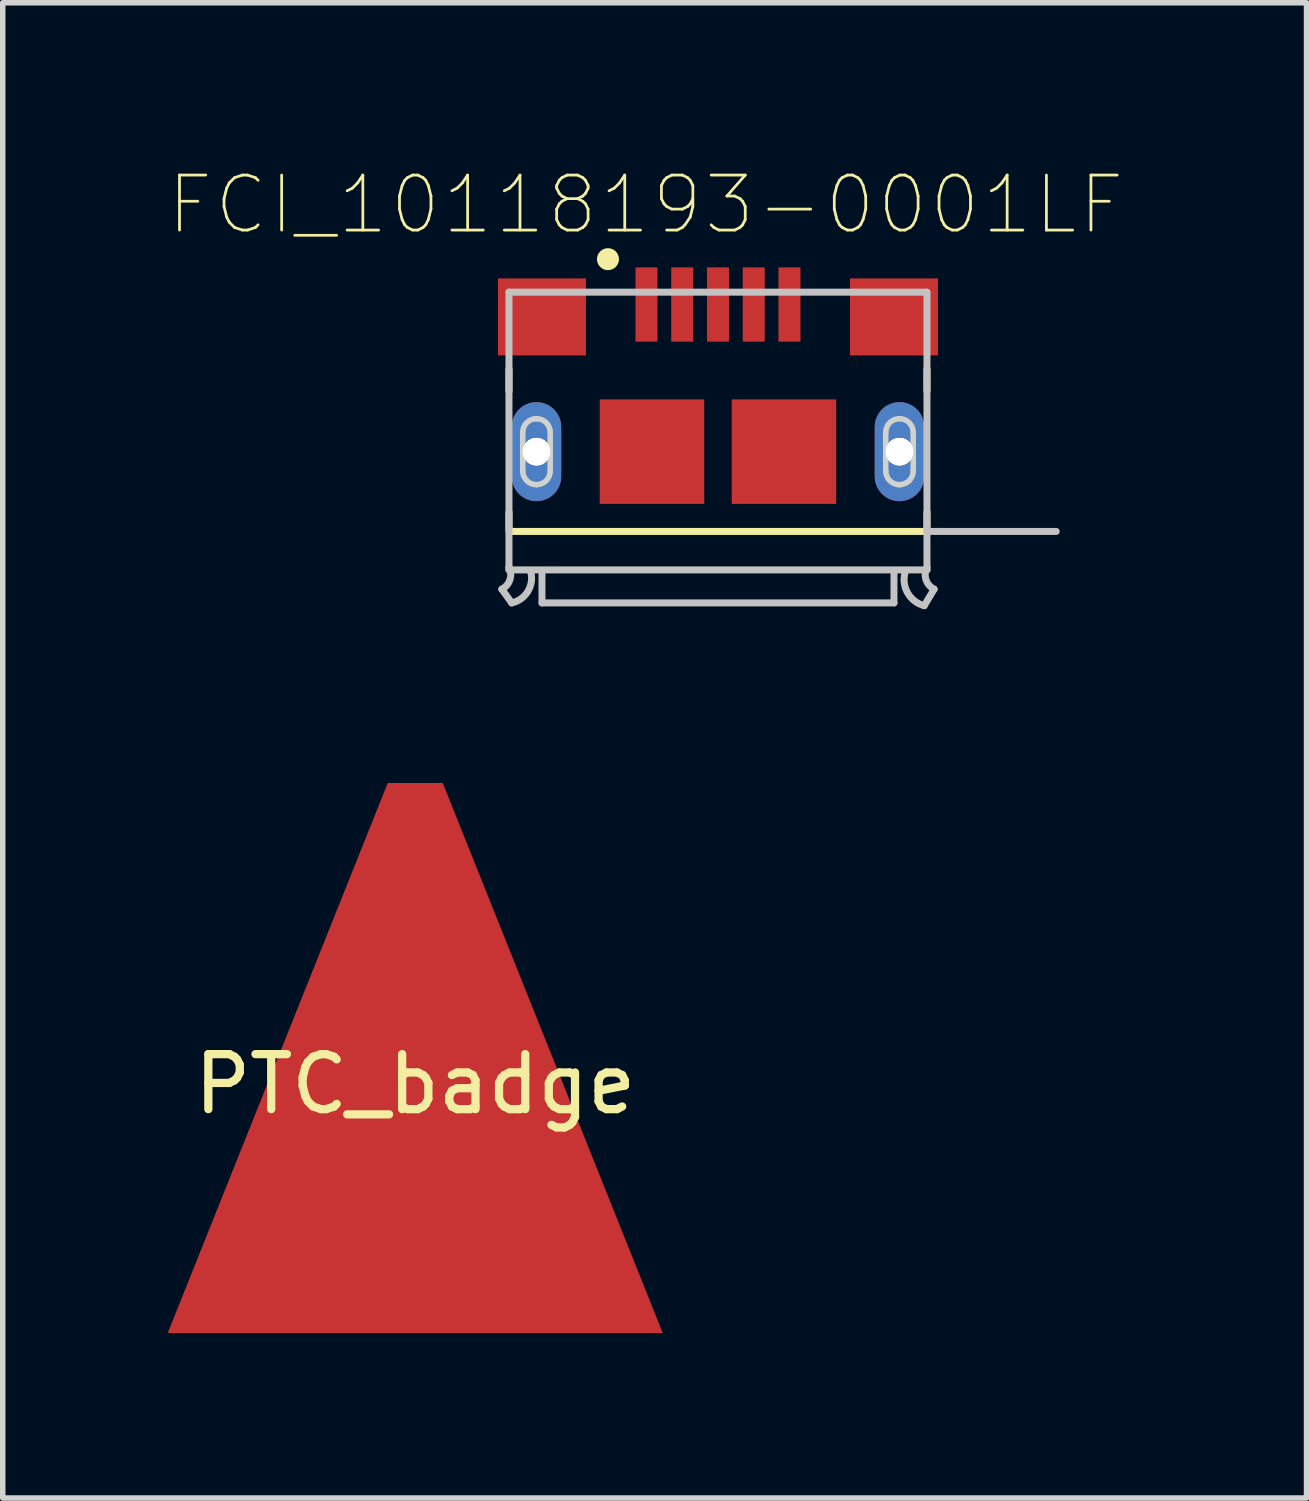
<source format=kicad_pcb>
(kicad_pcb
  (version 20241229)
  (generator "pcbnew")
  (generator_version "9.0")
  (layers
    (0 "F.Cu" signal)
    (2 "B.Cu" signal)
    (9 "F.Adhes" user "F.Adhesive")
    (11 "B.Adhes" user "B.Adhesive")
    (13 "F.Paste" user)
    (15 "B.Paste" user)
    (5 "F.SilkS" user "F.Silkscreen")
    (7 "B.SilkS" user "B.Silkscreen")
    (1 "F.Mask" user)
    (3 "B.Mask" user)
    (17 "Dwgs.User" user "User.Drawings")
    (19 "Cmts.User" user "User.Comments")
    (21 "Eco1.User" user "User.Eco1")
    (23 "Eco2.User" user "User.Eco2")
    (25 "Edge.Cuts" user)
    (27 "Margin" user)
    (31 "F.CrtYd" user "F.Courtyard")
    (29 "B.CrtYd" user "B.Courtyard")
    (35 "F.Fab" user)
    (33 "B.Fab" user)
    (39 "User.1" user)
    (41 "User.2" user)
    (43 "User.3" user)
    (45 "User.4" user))
  (footprint "PTC_badge"
    (layer "F.Cu")
    (at 4.5 16.161)
    (property "Reference" "PTC_badge" (at 0 0.5 0) (layer "F.SilkS") (effects (font (size 1 1) (thickness 0.15))))
    (attr through_hole)
    (pad "1" smd trapezoid (at 0 0.025) (size 5 10) (rect_delta 0 4) (layers "F.Cu" "F.Mask" "F.Paste")))
  (footprint "FCI_10118193-0001LF"
    (layer "F.Cu")
    (at 10.004 5.162)
    (property "Reference" "FCI_10118193-0001LF" (at -1.314 -4.489 0) (layer "F.SilkS") (effects (font (size 1 1) (thickness 0.05))))
    (attr smd)
    (fp_line (start -3.8 -1.5) (end -3.8 -1.1) (stroke (width 0.127) (type solid)) (layer "F.SilkS"))
    (fp_line (start -3.8 1.1) (end -3.8 1.4) (stroke (width 0.127) (type solid)) (layer "F.SilkS"))
    (fp_line (start -3.8 1.45) (end 3.8 1.45) (stroke (width 0.127) (type solid)) (layer "F.SilkS"))
    (fp_line (start 3.8 -1.1) (end 3.8 -1.5) (stroke (width 0.127) (type solid)) (layer "F.SilkS"))
    (fp_line (start 3.8 1.1) (end 3.8 1.4) (stroke (width 0.127) (type solid)) (layer "F.SilkS"))
    (fp_circle (center -2 -3.5) (end -1.9 -3.5) (stroke (width 0.2) (type solid)) (fill no) (layer "F.SilkS"))
    (fp_line (start -3.93 2.5) (end -3.75 2.75) (stroke (width 0.127) (type solid)) (layer "Dwgs.User"))
    (fp_line (start -3.8 -2.9) (end 3.8 -2.9) (stroke (width 0.127) (type solid)) (layer "Dwgs.User"))
    (fp_line (start -3.8 2.1) (end -3.8 -2.9) (stroke (width 0.127) (type solid)) (layer "Dwgs.User"))
    (fp_line (start -3.8 2.15) (end -3.8 2.1) (stroke (width 0.127) (type solid)) (layer "Dwgs.User"))
    (fp_line (start -3.2 2.2) (end -3.2 2.75) (stroke (width 0.127) (type solid)) (layer "Dwgs.User"))
    (fp_line (start -3.2 2.75) (end 3.2 2.75) (stroke (width 0.127) (type solid)) (layer "Dwgs.User"))
    (fp_line (start 3.2 2.75) (end 3.2 2.2) (stroke (width 0.127) (type solid)) (layer "Dwgs.User"))
    (fp_line (start 3.8 -2.9) (end 3.8 1.45) (stroke (width 0.127) (type solid)) (layer "Dwgs.User"))
    (fp_line (start 3.8 1.45) (end 3.8 2.15) (stroke (width 0.127) (type solid)) (layer "Dwgs.User"))
    (fp_line (start 3.8 1.45) (end 6.15 1.45) (stroke (width 0.127) (type solid)) (layer "Dwgs.User"))
    (fp_line (start 3.8 2.15) (end -3.8 2.15) (stroke (width 0.127) (type solid)) (layer "Dwgs.User"))
    (fp_line (start 3.93 2.5) (end 3.75 2.8) (stroke (width 0.127) (type solid)) (layer "Dwgs.User"))
    (fp_arc (start -3.8 2.1) (mid -3.782157 2.326924) (end -3.93 2.5) (stroke (width 0.127) (type solid)) (layer "Dwgs.User"))
    (fp_arc (start -3.4 2.2) (mid -3.461091 2.547487) (end -3.75 2.75) (stroke (width 0.127) (type solid)) (layer "Dwgs.User"))
    (fp_arc (start 3.75 2.8) (mid 3.450736 2.572487) (end 3.4 2.2) (stroke (width 0.127) (type solid)) (layer "Dwgs.User"))
    (fp_arc (start 3.93 2.5) (mid 3.782157 2.326924) (end 3.8 2.1) (stroke (width 0.127) (type solid)) (layer "Dwgs.User"))
    (fp_line (start -4.2 -3.6) (end -4.2 3) (stroke (width 0.05) (type solid)) (layer "Eco1.User"))
    (fp_line (start -4.2 3) (end 4.2 3) (stroke (width 0.05) (type solid)) (layer "Eco1.User"))
    (fp_line (start 4.2 -3.6) (end -4.2 -3.6) (stroke (width 0.05) (type solid)) (layer "Eco1.User"))
    (fp_line (start 4.2 3) (end 4.2 -3.6) (stroke (width 0.05) (type solid)) (layer "Eco1.User"))
    (fp_line (start -3.55 0.35) (end -3.55 -0.35) (stroke (width 0.1) (type solid)) (layer "Edge.Cuts"))
    (fp_line (start -3.05 -0.35) (end -3.05 0.35) (stroke (width 0.1) (type solid)) (layer "Edge.Cuts"))
    (fp_line (start 3.05 0.35) (end 3.05 -0.35) (stroke (width 0.1) (type solid)) (layer "Edge.Cuts"))
    (fp_line (start 3.55 -0.35) (end 3.55 0.35) (stroke (width 0.1) (type solid)) (layer "Edge.Cuts"))
    (fp_arc (start -3.55 -0.35) (mid -3.476777 -0.526777) (end -3.3 -0.6) (stroke (width 0.1) (type solid)) (layer "Edge.Cuts"))
    (fp_arc (start -3.3 -0.6) (mid -3.123223 -0.526777) (end -3.05 -0.35) (stroke (width 0.1) (type solid)) (layer "Edge.Cuts"))
    (fp_arc (start -3.3 0.6) (mid -3.476777 0.526777) (end -3.55 0.35) (stroke (width 0.1) (type solid)) (layer "Edge.Cuts"))
    (fp_arc (start -3.05 0.35) (mid -3.123223 0.526777) (end -3.3 0.6) (stroke (width 0.1) (type solid)) (layer "Edge.Cuts"))
    (fp_arc (start 3.05 -0.35) (mid 3.123223 -0.526777) (end 3.3 -0.6) (stroke (width 0.1) (type solid)) (layer "Edge.Cuts"))
    (fp_arc (start 3.3 -0.6) (mid 3.476777 -0.526777) (end 3.55 -0.35) (stroke (width 0.1) (type solid)) (layer "Edge.Cuts"))
    (fp_arc (start 3.3 0.6) (mid 3.123223 0.526777) (end 3.05 0.35) (stroke (width 0.1) (type solid)) (layer "Edge.Cuts"))
    (fp_arc (start 3.55 0.35) (mid 3.476777 0.526777) (end 3.3 0.6) (stroke (width 0.1) (type solid)) (layer "Edge.Cuts"))
    (fp_text user "PCB~{END}" (at 4.75 1.3 0) (layer "Edge.Cuts") (effects (font (size 1 1) (thickness 0.05))))
    (pad "" np_thru_hole circle (at -3.3 0) (size 0.5 0.5) (drill 0.5) (layers "*.Cu" "*.Mask" "F.SilkS"))
    (pad "" np_thru_hole circle (at 3.3 0) (size 0.5 0.5) (drill 0.5) (layers "*.Cu" "*.Mask" "F.SilkS"))
    (pad "1" smd rect (at -1.3 -2.675) (size 0.4 1.35) (layers "F.Cu" "F.Mask" "F.Paste"))
    (pad "2" smd rect (at -0.65 -2.675) (size 0.4 1.35) (layers "F.Cu" "F.Mask" "F.Paste"))
    (pad "3" smd rect (at 0 -2.675) (size 0.4 1.35) (layers "F.Cu" "F.Mask" "F.Paste"))
    (pad "4" smd rect (at 0.65 -2.675) (size 0.4 1.35) (layers "F.Cu" "F.Mask" "F.Paste"))
    (pad "5" smd rect (at 1.3 -2.675) (size 0.4 1.35) (layers "F.Cu" "F.Mask" "F.Paste"))
    (pad "S1" smd rect (at -3.2 -2.45) (size 1.6 1.4) (layers "F.Cu" "F.Mask" "F.Paste"))
    (pad "S2" smd rect (at 3.2 -2.45) (size 1.6 1.4) (layers "F.Cu" "F.Mask" "F.Paste"))
    (pad "S3" smd rect (at 1.2 0) (size 1.9 1.9) (layers "F.Cu" "F.Mask" "F.Paste"))
    (pad "S4" smd rect (at -1.2 0) (size 1.9 1.9) (layers "F.Cu" "F.Mask" "F.Paste"))
    (pad "S5" thru_hole oval (at -3.3 0 90) (size 1.8 0.9) (drill 0.5) (layers "*.Cu" "*.Mask"))
    (pad "S6" thru_hole oval (at 3.3 0 90) (size 1.8 0.9) (drill 0.5) (layers "*.Cu" "*.Mask")))
  (gr_rect
    (start -3 -3)
    (end 20.705 24.187)
    (stroke (width 0.1) (type default))
    (fill no)
    (layer "Edge.Cuts")))
</source>
